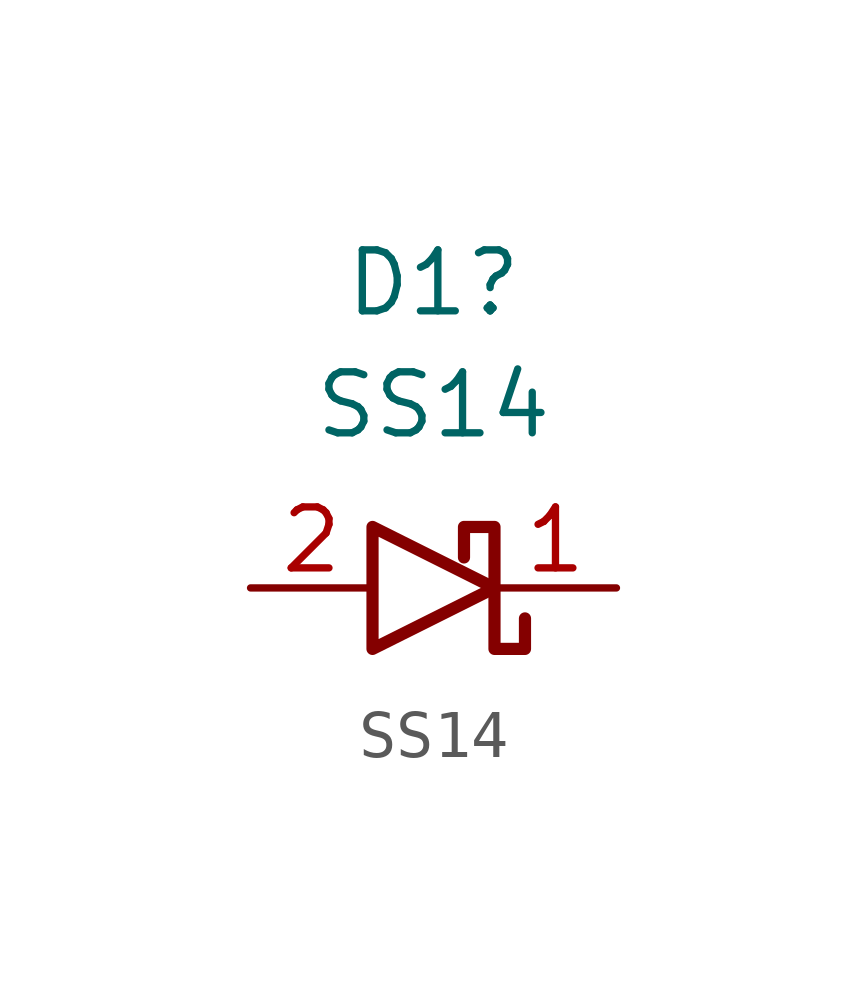
<source format=kicad_sym>
(kicad_symbol_lib
  (version 20220914)
  (generator kicad_symbol_editor)
  (symbol "SS14"
    (pin_names
      (offset 1.016))
    (property "Reference" "D1"
      (at 1.27 6.35 0)
      (effects (font (size 1.27 1.27))))
    (property "Value" "SS14"
      (at 1.27 3.81 0)
      (effects (font (size 1.27 1.27))))
    (symbol "SS14_0_1"
      (polyline (pts (xy 0 -1.27) (xy 0 1.27) (xy 2.54 0) (xy 0 -1.27)) (stroke (width 0.254) (type default)) (fill (type none)))
      (polyline (pts (xy 3.175 -0.635) (xy 3.175 -1.27) (xy 2.54 -1.27) (xy 2.54 1.27) (xy 1.905 1.27) (xy 1.905 0.635)) (stroke (width 0.254) (type default)) (fill (type none))))
    (symbol "SS14_1_1"
      (pin passive line (at 5.08 0 180) (length 2.54) (name "" (effects (font (size 1.27 1.27)))) (number "1" (effects (font (size 1.27 1.27)))))
      (pin passive line (at -2.54 0 0) (length 2.54) (name "" (effects (font (size 1.27 1.27)))) (number "2" (effects (font (size 1.27 1.27))))))))
</source>
